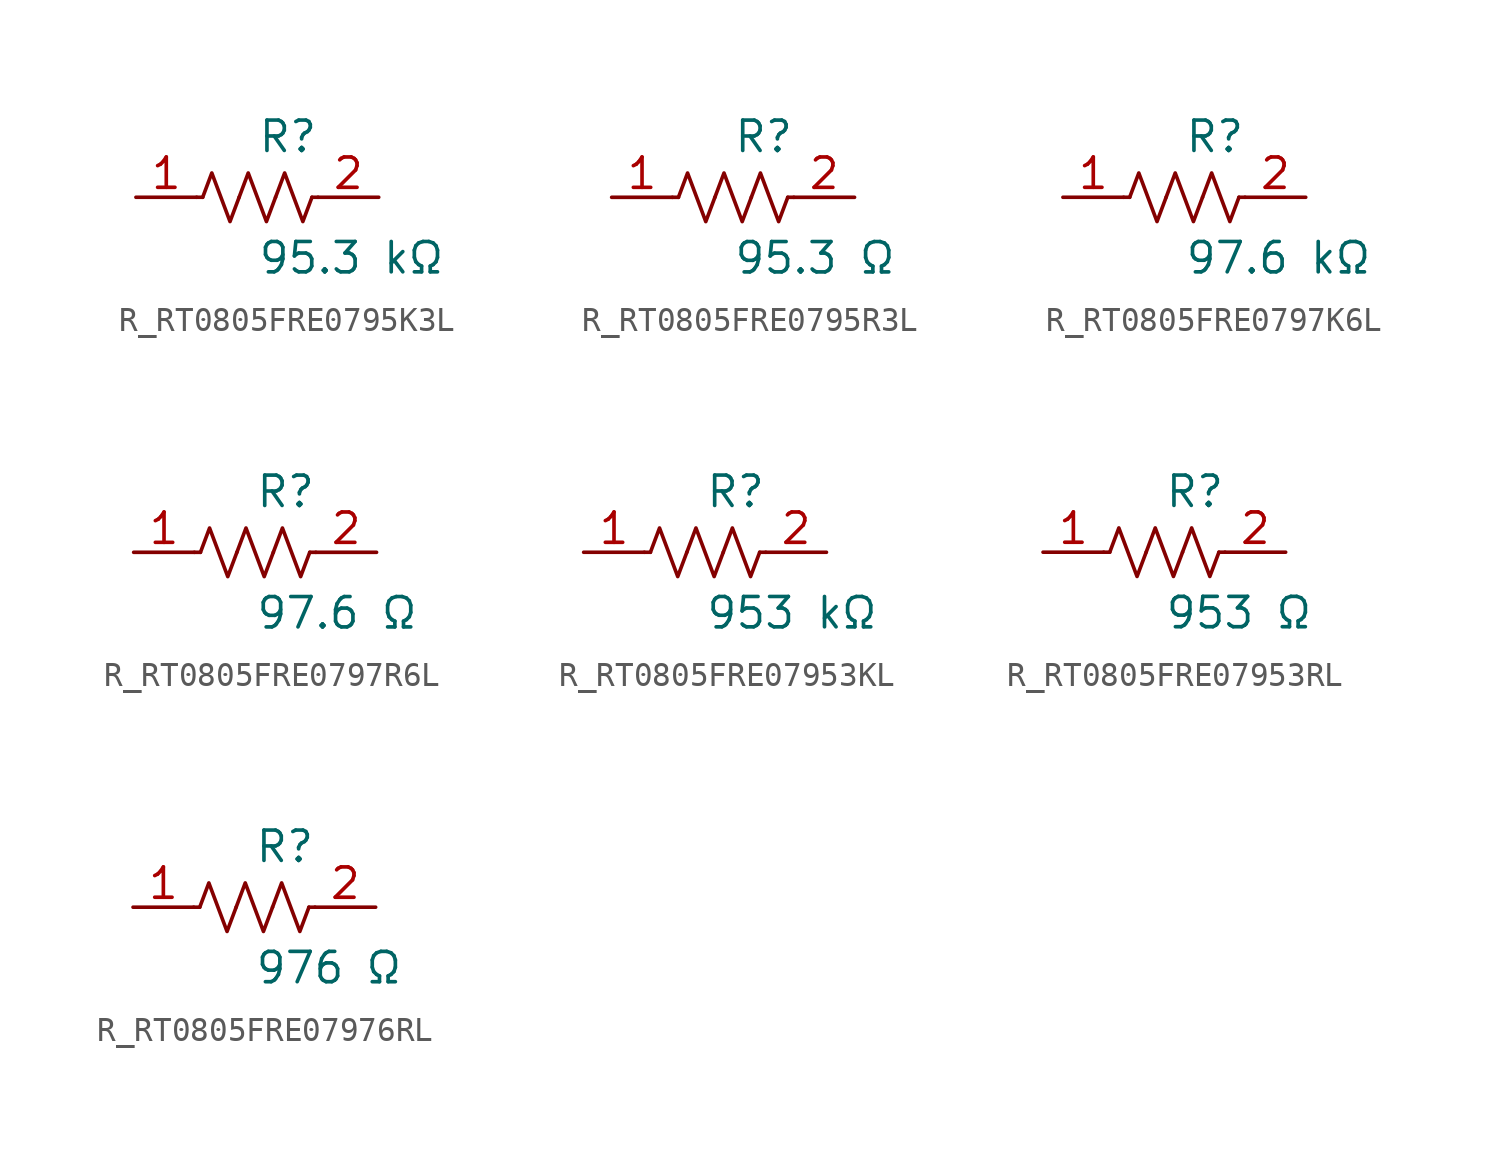
<source format=kicad_sym>
(kicad_symbol_lib
  (version 20231120)
  (generator kicad_symbol_editor)
  (generator_version 8.0)
  (symbol "R_RT0805FRE0795K3L"
    (pin_names
      (offset 0.254))
    (property "Reference" "R"
      (at 0 2.54 0)
      (effects (font (size 1.27 1.27)) (justify left)))
    (property "Value" "95.3 kΩ"
      (at 0 -2.54 0)
      (effects (font (size 1.27 1.27)) (justify left)))
    (symbol "R_RT0805FRE0795K3L_0_1"
      (polyline (pts (xy 2.286 0) (xy 2.54 0)) (stroke (width 0) (type default)) (fill (type none)))
      (polyline (pts (xy -2.286 0) (xy -2.54 0)) (stroke (width 0) (type default)) (fill (type none)))
      (polyline (pts (xy 0.762 0) (xy 1.143 1.016) (xy 1.524 0) (xy 1.905 -1.016) (xy 2.286 0)) (stroke (width 0) (type default)) (fill (type none)))
      (polyline (pts (xy -0.762 0) (xy -0.381 1.016) (xy 0 0) (xy 0.381 -1.016) (xy 0.762 0)) (stroke (width 0) (type default)) (fill (type none)))
      (polyline (pts (xy -2.286 0) (xy -1.905 1.016) (xy -1.524 0) (xy -1.143 -1.016) (xy -0.762 0)) (stroke (width 0) (type default)) (fill (type none))))
    (pin passive line
      (at -5.08 0 0)
      (length 2.54)
      (name "" (effects (font (size 1.27 1.27))))
      (number "1" (effects (font (size 1.27 1.27)))))
    (pin passive line
      (at 5.08 0 180)
      (length 2.54)
      (name "" (effects (font (size 1.27 1.27))))
      (number "2" (effects (font (size 1.27 1.27))))))
  (symbol "R_RT0805FRE0795R3L"
    (pin_names
      (offset 0.254))
    (property "Reference" "R"
      (at 0 2.54 0)
      (effects (font (size 1.27 1.27)) (justify left)))
    (property "Value" "95.3 Ω"
      (at 0 -2.54 0)
      (effects (font (size 1.27 1.27)) (justify left)))
    (symbol "R_RT0805FRE0795R3L_0_1"
      (polyline (pts (xy 2.286 0) (xy 2.54 0)) (stroke (width 0) (type default)) (fill (type none)))
      (polyline (pts (xy -2.286 0) (xy -2.54 0)) (stroke (width 0) (type default)) (fill (type none)))
      (polyline (pts (xy 0.762 0) (xy 1.143 1.016) (xy 1.524 0) (xy 1.905 -1.016) (xy 2.286 0)) (stroke (width 0) (type default)) (fill (type none)))
      (polyline (pts (xy -0.762 0) (xy -0.381 1.016) (xy 0 0) (xy 0.381 -1.016) (xy 0.762 0)) (stroke (width 0) (type default)) (fill (type none)))
      (polyline (pts (xy -2.286 0) (xy -1.905 1.016) (xy -1.524 0) (xy -1.143 -1.016) (xy -0.762 0)) (stroke (width 0) (type default)) (fill (type none))))
    (pin passive line
      (at -5.08 0 0)
      (length 2.54)
      (name "" (effects (font (size 1.27 1.27))))
      (number "1" (effects (font (size 1.27 1.27)))))
    (pin passive line
      (at 5.08 0 180)
      (length 2.54)
      (name "" (effects (font (size 1.27 1.27))))
      (number "2" (effects (font (size 1.27 1.27))))))
  (symbol "R_RT0805FRE0797K6L"
    (pin_names
      (offset 0.254))
    (property "Reference" "R"
      (at 0 2.54 0)
      (effects (font (size 1.27 1.27)) (justify left)))
    (property "Value" "97.6 kΩ"
      (at 0 -2.54 0)
      (effects (font (size 1.27 1.27)) (justify left)))
    (symbol "R_RT0805FRE0797K6L_0_1"
      (polyline (pts (xy 2.286 0) (xy 2.54 0)) (stroke (width 0) (type default)) (fill (type none)))
      (polyline (pts (xy -2.286 0) (xy -2.54 0)) (stroke (width 0) (type default)) (fill (type none)))
      (polyline (pts (xy 0.762 0) (xy 1.143 1.016) (xy 1.524 0) (xy 1.905 -1.016) (xy 2.286 0)) (stroke (width 0) (type default)) (fill (type none)))
      (polyline (pts (xy -0.762 0) (xy -0.381 1.016) (xy 0 0) (xy 0.381 -1.016) (xy 0.762 0)) (stroke (width 0) (type default)) (fill (type none)))
      (polyline (pts (xy -2.286 0) (xy -1.905 1.016) (xy -1.524 0) (xy -1.143 -1.016) (xy -0.762 0)) (stroke (width 0) (type default)) (fill (type none))))
    (pin passive line
      (at -5.08 0 0)
      (length 2.54)
      (name "" (effects (font (size 1.27 1.27))))
      (number "1" (effects (font (size 1.27 1.27)))))
    (pin passive line
      (at 5.08 0 180)
      (length 2.54)
      (name "" (effects (font (size 1.27 1.27))))
      (number "2" (effects (font (size 1.27 1.27))))))
  (symbol "R_RT0805FRE0797R6L"
    (pin_names
      (offset 0.254))
    (property "Reference" "R"
      (at 0 2.54 0)
      (effects (font (size 1.27 1.27)) (justify left)))
    (property "Value" "97.6 Ω"
      (at 0 -2.54 0)
      (effects (font (size 1.27 1.27)) (justify left)))
    (symbol "R_RT0805FRE0797R6L_0_1"
      (polyline (pts (xy 2.286 0) (xy 2.54 0)) (stroke (width 0) (type default)) (fill (type none)))
      (polyline (pts (xy -2.286 0) (xy -2.54 0)) (stroke (width 0) (type default)) (fill (type none)))
      (polyline (pts (xy 0.762 0) (xy 1.143 1.016) (xy 1.524 0) (xy 1.905 -1.016) (xy 2.286 0)) (stroke (width 0) (type default)) (fill (type none)))
      (polyline (pts (xy -0.762 0) (xy -0.381 1.016) (xy 0 0) (xy 0.381 -1.016) (xy 0.762 0)) (stroke (width 0) (type default)) (fill (type none)))
      (polyline (pts (xy -2.286 0) (xy -1.905 1.016) (xy -1.524 0) (xy -1.143 -1.016) (xy -0.762 0)) (stroke (width 0) (type default)) (fill (type none))))
    (pin passive line
      (at -5.08 0 0)
      (length 2.54)
      (name "" (effects (font (size 1.27 1.27))))
      (number "1" (effects (font (size 1.27 1.27)))))
    (pin passive line
      (at 5.08 0 180)
      (length 2.54)
      (name "" (effects (font (size 1.27 1.27))))
      (number "2" (effects (font (size 1.27 1.27))))))
  (symbol "R_RT0805FRE07953KL"
    (pin_names
      (offset 0.254))
    (property "Reference" "R"
      (at 0 2.54 0)
      (effects (font (size 1.27 1.27)) (justify left)))
    (property "Value" "953 kΩ"
      (at 0 -2.54 0)
      (effects (font (size 1.27 1.27)) (justify left)))
    (symbol "R_RT0805FRE07953KL_0_1"
      (polyline (pts (xy 2.286 0) (xy 2.54 0)) (stroke (width 0) (type default)) (fill (type none)))
      (polyline (pts (xy -2.286 0) (xy -2.54 0)) (stroke (width 0) (type default)) (fill (type none)))
      (polyline (pts (xy 0.762 0) (xy 1.143 1.016) (xy 1.524 0) (xy 1.905 -1.016) (xy 2.286 0)) (stroke (width 0) (type default)) (fill (type none)))
      (polyline (pts (xy -0.762 0) (xy -0.381 1.016) (xy 0 0) (xy 0.381 -1.016) (xy 0.762 0)) (stroke (width 0) (type default)) (fill (type none)))
      (polyline (pts (xy -2.286 0) (xy -1.905 1.016) (xy -1.524 0) (xy -1.143 -1.016) (xy -0.762 0)) (stroke (width 0) (type default)) (fill (type none))))
    (pin passive line
      (at -5.08 0 0)
      (length 2.54)
      (name "" (effects (font (size 1.27 1.27))))
      (number "1" (effects (font (size 1.27 1.27)))))
    (pin passive line
      (at 5.08 0 180)
      (length 2.54)
      (name "" (effects (font (size 1.27 1.27))))
      (number "2" (effects (font (size 1.27 1.27))))))
  (symbol "R_RT0805FRE07953RL"
    (pin_names
      (offset 0.254))
    (property "Reference" "R"
      (at 0 2.54 0)
      (effects (font (size 1.27 1.27)) (justify left)))
    (property "Value" "953 Ω"
      (at 0 -2.54 0)
      (effects (font (size 1.27 1.27)) (justify left)))
    (symbol "R_RT0805FRE07953RL_0_1"
      (polyline (pts (xy 2.286 0) (xy 2.54 0)) (stroke (width 0) (type default)) (fill (type none)))
      (polyline (pts (xy -2.286 0) (xy -2.54 0)) (stroke (width 0) (type default)) (fill (type none)))
      (polyline (pts (xy 0.762 0) (xy 1.143 1.016) (xy 1.524 0) (xy 1.905 -1.016) (xy 2.286 0)) (stroke (width 0) (type default)) (fill (type none)))
      (polyline (pts (xy -0.762 0) (xy -0.381 1.016) (xy 0 0) (xy 0.381 -1.016) (xy 0.762 0)) (stroke (width 0) (type default)) (fill (type none)))
      (polyline (pts (xy -2.286 0) (xy -1.905 1.016) (xy -1.524 0) (xy -1.143 -1.016) (xy -0.762 0)) (stroke (width 0) (type default)) (fill (type none))))
    (pin passive line
      (at -5.08 0 0)
      (length 2.54)
      (name "" (effects (font (size 1.27 1.27))))
      (number "1" (effects (font (size 1.27 1.27)))))
    (pin passive line
      (at 5.08 0 180)
      (length 2.54)
      (name "" (effects (font (size 1.27 1.27))))
      (number "2" (effects (font (size 1.27 1.27))))))
  (symbol "R_RT0805FRE07976RL"
    (pin_names
      (offset 0.254))
    (property "Reference" "R"
      (at 0 2.54 0)
      (effects (font (size 1.27 1.27)) (justify left)))
    (property "Value" "976 Ω"
      (at 0 -2.54 0)
      (effects (font (size 1.27 1.27)) (justify left)))
    (symbol "R_RT0805FRE07976RL_0_1"
      (polyline (pts (xy 2.286 0) (xy 2.54 0)) (stroke (width 0) (type default)) (fill (type none)))
      (polyline (pts (xy -2.286 0) (xy -2.54 0)) (stroke (width 0) (type default)) (fill (type none)))
      (polyline (pts (xy 0.762 0) (xy 1.143 1.016) (xy 1.524 0) (xy 1.905 -1.016) (xy 2.286 0)) (stroke (width 0) (type default)) (fill (type none)))
      (polyline (pts (xy -0.762 0) (xy -0.381 1.016) (xy 0 0) (xy 0.381 -1.016) (xy 0.762 0)) (stroke (width 0) (type default)) (fill (type none)))
      (polyline (pts (xy -2.286 0) (xy -1.905 1.016) (xy -1.524 0) (xy -1.143 -1.016) (xy -0.762 0)) (stroke (width 0) (type default)) (fill (type none))))
    (pin passive line
      (at -5.08 0 0)
      (length 2.54)
      (name "" (effects (font (size 1.27 1.27))))
      (number "1" (effects (font (size 1.27 1.27)))))
    (pin passive line
      (at 5.08 0 180)
      (length 2.54)
      (name "" (effects (font (size 1.27 1.27))))
      (number "2" (effects (font (size 1.27 1.27)))))))
</source>
